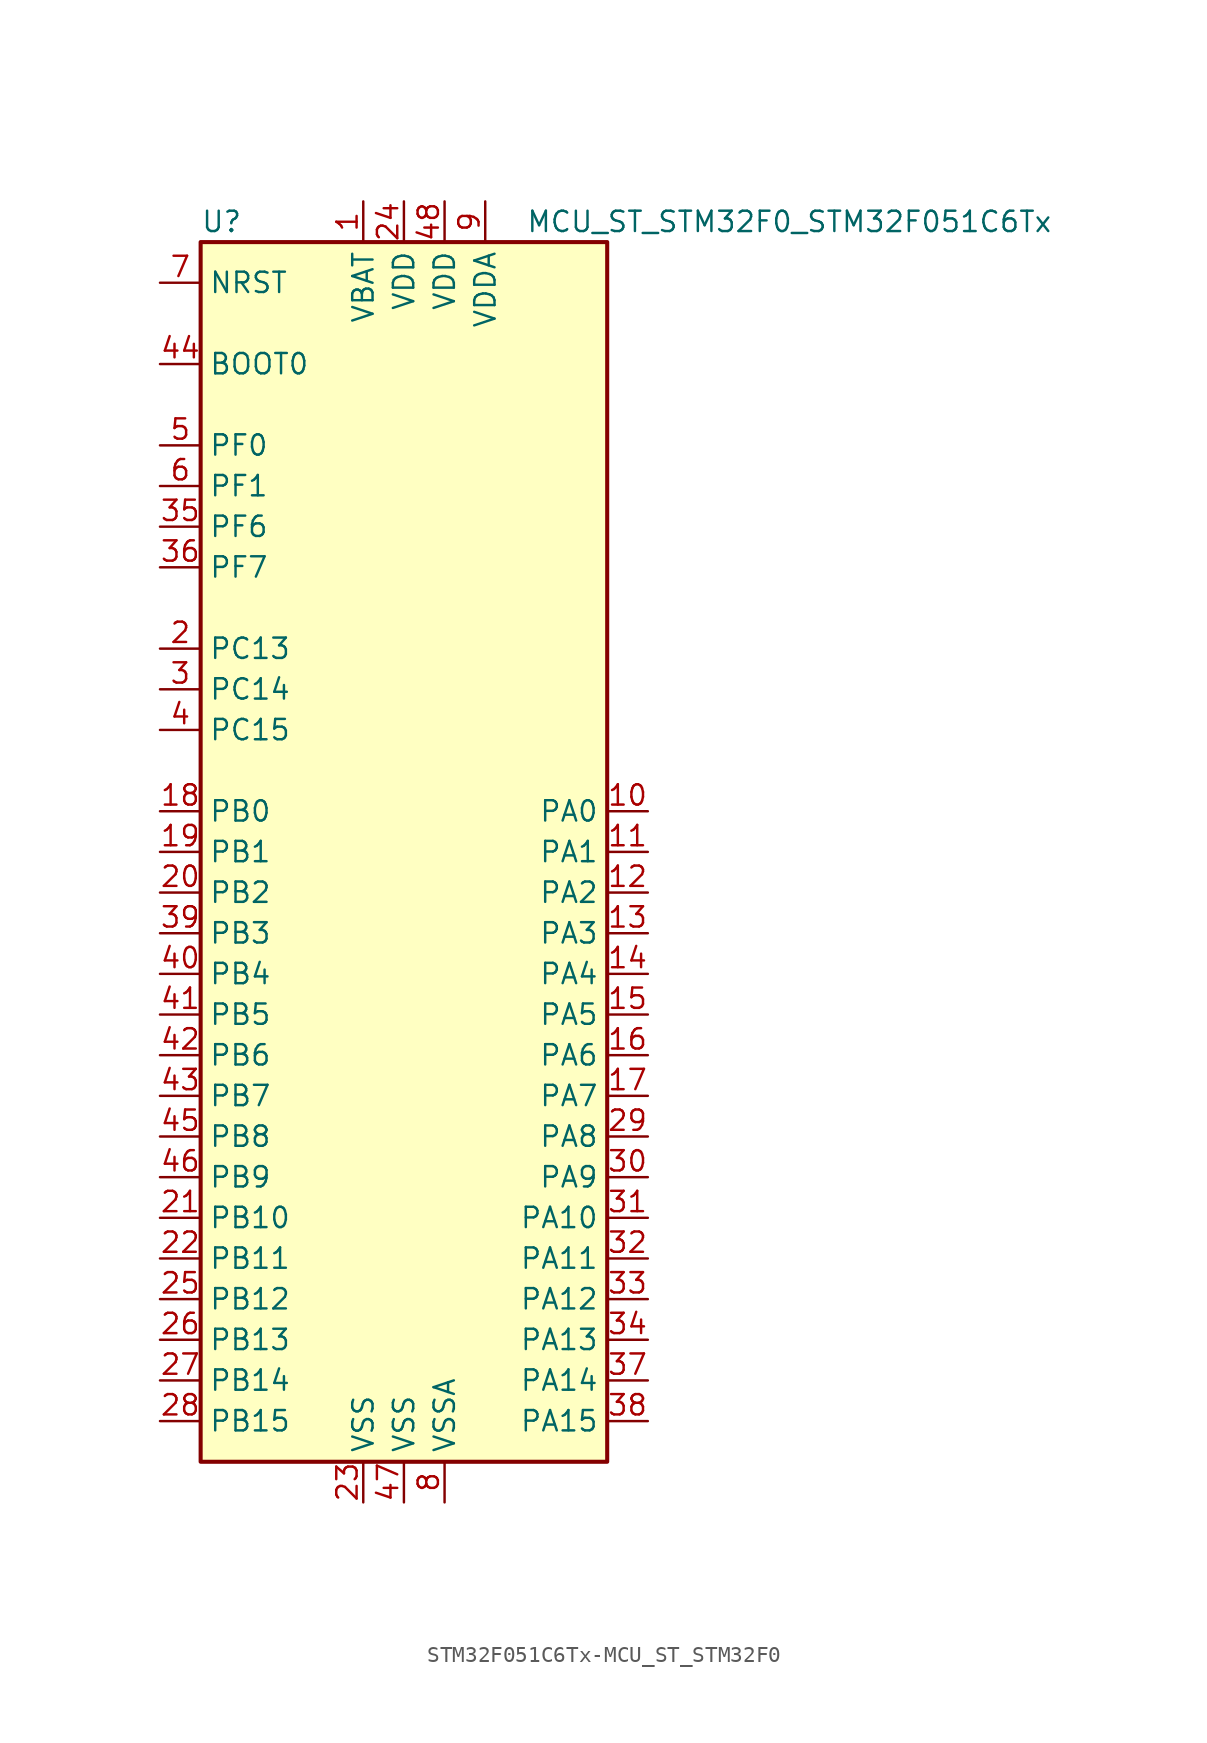
<source format=kicad_sym>
(kicad_symbol_lib
  (version 20220914)
  (generator kicad_symbol_editor)
  (symbol "STM32F051C6Tx-MCU_ST_STM32F0"
    (property "Reference" "U"
      (at -12.7 39.37 0)
      (effects (font (size 1.27 1.27)) (justify left)))
    (property "Value" "MCU_ST_STM32F0_STM32F051C6Tx"
      (at 7.62 39.37 0)
      (effects (font (size 1.27 1.27)) (justify left)))
    (symbol "STM32F051C6Tx-MCU_ST_STM32F0_0_1"
      (rectangle (start -12.7 -38.1) (end 12.7 38.1) (stroke (width 0.254) (type solid)) (fill (type background))))
    (symbol "STM32F051C6Tx-MCU_ST_STM32F0_1_1"
      (pin power_in line (at -2.54 40.64 270) (length 2.54) (name "VBAT" (effects (font (size 1.27 1.27)))) (number "1" (effects (font (size 1.27 1.27)))))
      (pin bidirectional line (at 15.24 2.54 180) (length 2.54) (name "PA0" (effects (font (size 1.27 1.27)))) (number "10" (effects (font (size 1.27 1.27)))))
      (pin bidirectional line (at 15.24 0 180) (length 2.54) (name "PA1" (effects (font (size 1.27 1.27)))) (number "11" (effects (font (size 1.27 1.27)))))
      (pin bidirectional line (at 15.24 -2.54 180) (length 2.54) (name "PA2" (effects (font (size 1.27 1.27)))) (number "12" (effects (font (size 1.27 1.27)))))
      (pin bidirectional line (at 15.24 -5.08 180) (length 2.54) (name "PA3" (effects (font (size 1.27 1.27)))) (number "13" (effects (font (size 1.27 1.27)))))
      (pin bidirectional line (at 15.24 -7.62 180) (length 2.54) (name "PA4" (effects (font (size 1.27 1.27)))) (number "14" (effects (font (size 1.27 1.27)))))
      (pin bidirectional line (at 15.24 -10.16 180) (length 2.54) (name "PA5" (effects (font (size 1.27 1.27)))) (number "15" (effects (font (size 1.27 1.27)))))
      (pin bidirectional line (at 15.24 -12.7 180) (length 2.54) (name "PA6" (effects (font (size 1.27 1.27)))) (number "16" (effects (font (size 1.27 1.27)))))
      (pin bidirectional line (at 15.24 -15.24 180) (length 2.54) (name "PA7" (effects (font (size 1.27 1.27)))) (number "17" (effects (font (size 1.27 1.27)))))
      (pin bidirectional line (at -15.24 2.54 0) (length 2.54) (name "PB0" (effects (font (size 1.27 1.27)))) (number "18" (effects (font (size 1.27 1.27)))))
      (pin bidirectional line (at -15.24 0 0) (length 2.54) (name "PB1" (effects (font (size 1.27 1.27)))) (number "19" (effects (font (size 1.27 1.27)))))
      (pin bidirectional line (at -15.24 12.7 0) (length 2.54) (name "PC13" (effects (font (size 1.27 1.27)))) (number "2" (effects (font (size 1.27 1.27)))))
      (pin bidirectional line (at -15.24 -2.54 0) (length 2.54) (name "PB2" (effects (font (size 1.27 1.27)))) (number "20" (effects (font (size 1.27 1.27)))))
      (pin bidirectional line (at -15.24 -22.86 0) (length 2.54) (name "PB10" (effects (font (size 1.27 1.27)))) (number "21" (effects (font (size 1.27 1.27)))))
      (pin bidirectional line (at -15.24 -25.4 0) (length 2.54) (name "PB11" (effects (font (size 1.27 1.27)))) (number "22" (effects (font (size 1.27 1.27)))))
      (pin power_in line (at -2.54 -40.64 90) (length 2.54) (name "VSS" (effects (font (size 1.27 1.27)))) (number "23" (effects (font (size 1.27 1.27)))))
      (pin power_in line (at 0 40.64 270) (length 2.54) (name "VDD" (effects (font (size 1.27 1.27)))) (number "24" (effects (font (size 1.27 1.27)))))
      (pin bidirectional line (at -15.24 -27.94 0) (length 2.54) (name "PB12" (effects (font (size 1.27 1.27)))) (number "25" (effects (font (size 1.27 1.27)))))
      (pin bidirectional line (at -15.24 -30.48 0) (length 2.54) (name "PB13" (effects (font (size 1.27 1.27)))) (number "26" (effects (font (size 1.27 1.27)))))
      (pin bidirectional line (at -15.24 -33.02 0) (length 2.54) (name "PB14" (effects (font (size 1.27 1.27)))) (number "27" (effects (font (size 1.27 1.27)))))
      (pin bidirectional line (at -15.24 -35.56 0) (length 2.54) (name "PB15" (effects (font (size 1.27 1.27)))) (number "28" (effects (font (size 1.27 1.27)))))
      (pin bidirectional line (at 15.24 -17.78 180) (length 2.54) (name "PA8" (effects (font (size 1.27 1.27)))) (number "29" (effects (font (size 1.27 1.27)))))
      (pin bidirectional line (at -15.24 10.16 0) (length 2.54) (name "PC14" (effects (font (size 1.27 1.27)))) (number "3" (effects (font (size 1.27 1.27)))))
      (pin bidirectional line (at 15.24 -20.32 180) (length 2.54) (name "PA9" (effects (font (size 1.27 1.27)))) (number "30" (effects (font (size 1.27 1.27)))))
      (pin bidirectional line (at 15.24 -22.86 180) (length 2.54) (name "PA10" (effects (font (size 1.27 1.27)))) (number "31" (effects (font (size 1.27 1.27)))))
      (pin bidirectional line (at 15.24 -25.4 180) (length 2.54) (name "PA11" (effects (font (size 1.27 1.27)))) (number "32" (effects (font (size 1.27 1.27)))))
      (pin bidirectional line (at 15.24 -27.94 180) (length 2.54) (name "PA12" (effects (font (size 1.27 1.27)))) (number "33" (effects (font (size 1.27 1.27)))))
      (pin bidirectional line (at 15.24 -30.48 180) (length 2.54) (name "PA13" (effects (font (size 1.27 1.27)))) (number "34" (effects (font (size 1.27 1.27)))))
      (pin bidirectional line (at -15.24 20.32 0) (length 2.54) (name "PF6" (effects (font (size 1.27 1.27)))) (number "35" (effects (font (size 1.27 1.27)))))
      (pin bidirectional line (at -15.24 17.78 0) (length 2.54) (name "PF7" (effects (font (size 1.27 1.27)))) (number "36" (effects (font (size 1.27 1.27)))))
      (pin bidirectional line (at 15.24 -33.02 180) (length 2.54) (name "PA14" (effects (font (size 1.27 1.27)))) (number "37" (effects (font (size 1.27 1.27)))))
      (pin bidirectional line (at 15.24 -35.56 180) (length 2.54) (name "PA15" (effects (font (size 1.27 1.27)))) (number "38" (effects (font (size 1.27 1.27)))))
      (pin bidirectional line (at -15.24 -5.08 0) (length 2.54) (name "PB3" (effects (font (size 1.27 1.27)))) (number "39" (effects (font (size 1.27 1.27)))))
      (pin bidirectional line (at -15.24 7.62 0) (length 2.54) (name "PC15" (effects (font (size 1.27 1.27)))) (number "4" (effects (font (size 1.27 1.27)))))
      (pin bidirectional line (at -15.24 -7.62 0) (length 2.54) (name "PB4" (effects (font (size 1.27 1.27)))) (number "40" (effects (font (size 1.27 1.27)))))
      (pin bidirectional line (at -15.24 -10.16 0) (length 2.54) (name "PB5" (effects (font (size 1.27 1.27)))) (number "41" (effects (font (size 1.27 1.27)))))
      (pin bidirectional line (at -15.24 -12.7 0) (length 2.54) (name "PB6" (effects (font (size 1.27 1.27)))) (number "42" (effects (font (size 1.27 1.27)))))
      (pin bidirectional line (at -15.24 -15.24 0) (length 2.54) (name "PB7" (effects (font (size 1.27 1.27)))) (number "43" (effects (font (size 1.27 1.27)))))
      (pin input line (at -15.24 30.48 0) (length 2.54) (name "BOOT0" (effects (font (size 1.27 1.27)))) (number "44" (effects (font (size 1.27 1.27)))))
      (pin bidirectional line (at -15.24 -17.78 0) (length 2.54) (name "PB8" (effects (font (size 1.27 1.27)))) (number "45" (effects (font (size 1.27 1.27)))))
      (pin bidirectional line (at -15.24 -20.32 0) (length 2.54) (name "PB9" (effects (font (size 1.27 1.27)))) (number "46" (effects (font (size 1.27 1.27)))))
      (pin power_in line (at 0 -40.64 90) (length 2.54) (name "VSS" (effects (font (size 1.27 1.27)))) (number "47" (effects (font (size 1.27 1.27)))))
      (pin power_in line (at 2.54 40.64 270) (length 2.54) (name "VDD" (effects (font (size 1.27 1.27)))) (number "48" (effects (font (size 1.27 1.27)))))
      (pin input line (at -15.24 25.4 0) (length 2.54) (name "PF0" (effects (font (size 1.27 1.27)))) (number "5" (effects (font (size 1.27 1.27)))))
      (pin input line (at -15.24 22.86 0) (length 2.54) (name "PF1" (effects (font (size 1.27 1.27)))) (number "6" (effects (font (size 1.27 1.27)))))
      (pin input line (at -15.24 35.56 0) (length 2.54) (name "NRST" (effects (font (size 1.27 1.27)))) (number "7" (effects (font (size 1.27 1.27)))))
      (pin power_in line (at 2.54 -40.64 90) (length 2.54) (name "VSSA" (effects (font (size 1.27 1.27)))) (number "8" (effects (font (size 1.27 1.27)))))
      (pin power_in line (at 5.08 40.64 270) (length 2.54) (name "VDDA" (effects (font (size 1.27 1.27)))) (number "9" (effects (font (size 1.27 1.27))))))))
</source>
